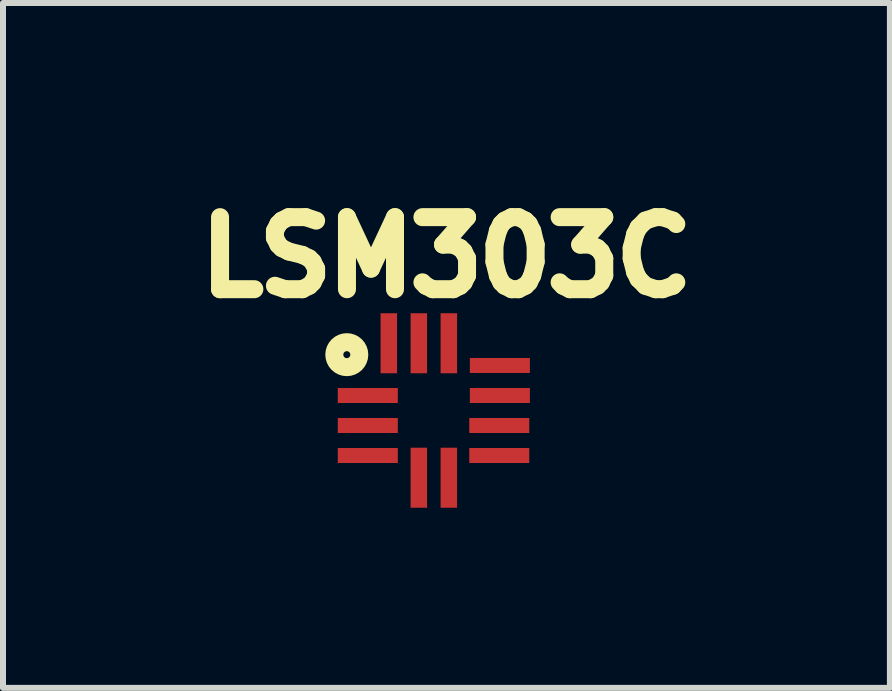
<source format=kicad_pcb>
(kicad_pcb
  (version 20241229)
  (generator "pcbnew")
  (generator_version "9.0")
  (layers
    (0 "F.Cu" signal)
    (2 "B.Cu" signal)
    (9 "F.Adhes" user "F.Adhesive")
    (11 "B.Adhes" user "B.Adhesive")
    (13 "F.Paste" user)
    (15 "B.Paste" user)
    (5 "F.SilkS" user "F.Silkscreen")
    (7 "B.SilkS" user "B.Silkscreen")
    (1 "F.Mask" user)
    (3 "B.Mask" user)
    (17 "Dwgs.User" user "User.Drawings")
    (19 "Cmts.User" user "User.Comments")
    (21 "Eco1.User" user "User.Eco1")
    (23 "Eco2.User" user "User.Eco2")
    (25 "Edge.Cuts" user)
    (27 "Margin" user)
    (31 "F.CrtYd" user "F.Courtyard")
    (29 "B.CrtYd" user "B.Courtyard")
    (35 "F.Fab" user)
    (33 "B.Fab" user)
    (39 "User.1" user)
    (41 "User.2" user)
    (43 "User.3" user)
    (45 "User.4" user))
  (footprint "LSM303C"
    (layer "F.Cu")
    (at 4.387 4.538)
    (property "Reference" "LSM303C" (at 0 -3.31 0) (layer "F.SilkS") (effects (font (size 1.2 1.2) (thickness 0.3))))
    (attr through_hole)
    (fp_circle (center -1.66 -1.68) (end -1.83 -1.56) (stroke (width 0.3) (type solid)) (fill no) (layer "F.SilkS"))
    (pad "1" smd rect (at -0.96 -1.87 180) (size 0.275 1) (layers "F.Cu" "F.Mask" "F.Paste"))
    (pad "2" smd rect (at -1.31 -1 180) (size 1 0.25) (layers "F.Cu" "F.Mask" "F.Paste"))
    (pad "3" smd rect (at -1.31 -0.5 180) (size 1 0.25) (layers "F.Cu" "F.Mask" "F.Paste"))
    (pad "4" smd rect (at -1.31 0 180) (size 1 0.25) (layers "F.Cu" "F.Mask" "F.Paste"))
    (pad "5" smd rect (at -0.46 0.37 180) (size 0.275 1) (layers "F.Cu" "F.Mask" "F.Paste"))
    (pad "6" smd rect (at 0.04 0.37 180) (size 0.275 1) (layers "F.Cu" "F.Mask" "F.Paste"))
    (pad "7" smd rect (at 0.88 0 180) (size 1 0.25) (layers "F.Cu" "F.Mask" "F.Paste"))
    (pad "8" smd rect (at 0.88 -0.5 180) (size 1 0.25) (layers "F.Cu" "F.Mask" "F.Paste"))
    (pad "9" smd rect (at 0.89 -1 180) (size 1 0.25) (layers "F.Cu" "F.Mask" "F.Paste"))
    (pad "10" smd rect (at 0.89 -1.5 180) (size 1 0.25) (layers "F.Cu" "F.Mask" "F.Paste"))
    (pad "11" smd rect (at 0.04 -1.87 180) (size 0.275 1) (layers "F.Cu" "F.Mask" "F.Paste"))
    (pad "12" smd rect (at -0.46 -1.87 180) (size 0.275 1) (layers "F.Cu" "F.Mask" "F.Paste")))
  (gr_rect
    (start -3 -3)
    (end 11.774 8.409)
    (stroke (width 0.1) (type default))
    (fill no)
    (layer "Edge.Cuts")))
</source>
